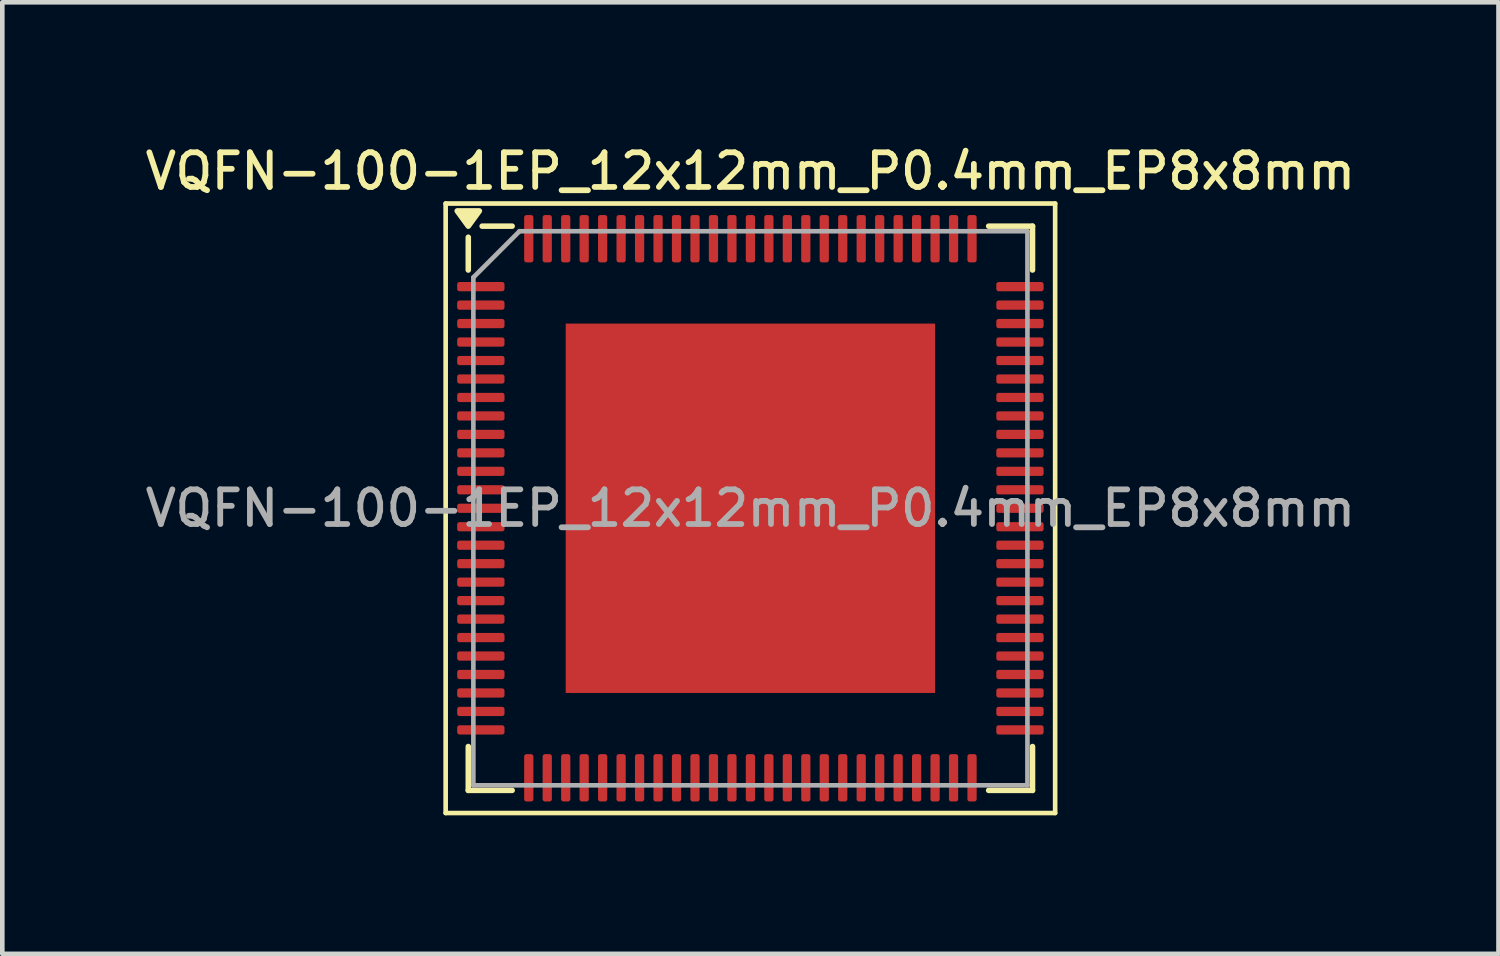
<source format=kicad_pcb>
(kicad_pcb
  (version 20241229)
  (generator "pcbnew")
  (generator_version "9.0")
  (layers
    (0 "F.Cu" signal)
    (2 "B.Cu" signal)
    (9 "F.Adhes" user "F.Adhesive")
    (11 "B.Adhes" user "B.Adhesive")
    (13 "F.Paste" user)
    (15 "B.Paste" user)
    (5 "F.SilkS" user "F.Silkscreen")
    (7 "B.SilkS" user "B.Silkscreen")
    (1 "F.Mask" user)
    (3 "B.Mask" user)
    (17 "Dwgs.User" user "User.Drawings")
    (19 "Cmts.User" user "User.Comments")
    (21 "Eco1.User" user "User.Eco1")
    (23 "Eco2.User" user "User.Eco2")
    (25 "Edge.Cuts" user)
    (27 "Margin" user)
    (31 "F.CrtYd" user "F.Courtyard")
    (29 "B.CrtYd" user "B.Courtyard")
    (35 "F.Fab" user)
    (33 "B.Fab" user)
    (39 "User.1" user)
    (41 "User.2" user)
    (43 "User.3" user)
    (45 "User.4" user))
  (footprint "VQFN-100-1EP_12x12mm_P0.4mm_EP8x8mm"
    (layer "F.Cu")
    (at 13.202 7.958)
    (property "Reference" "VQFN-100-1EP_12x12mm_P0.4mm_EP8x8mm" (at 0 -7.3 0) (layer "F.SilkS") (effects (font (size 0.75 0.75) (thickness 0.125))))
    (attr smd)
    (fp_line (start -6.6 -6.6) (end -6.6 6.6) (stroke (width 0.1) (type solid)) (layer "F.SilkS"))
    (fp_line (start -6.6 6.6) (end 6.6 6.6) (stroke (width 0.1) (type solid)) (layer "F.SilkS"))
    (fp_line (start -6.11 -5.16) (end -6.11 -5.87) (stroke (width 0.12) (type solid)) (layer "F.SilkS"))
    (fp_line (start -6.11 6.11) (end -6.11 5.16) (stroke (width 0.12) (type solid)) (layer "F.SilkS"))
    (fp_line (start -5.16 -6.11) (end -5.81 -6.11) (stroke (width 0.12) (type solid)) (layer "F.SilkS"))
    (fp_line (start -5.16 6.11) (end -6.11 6.11) (stroke (width 0.12) (type solid)) (layer "F.SilkS"))
    (fp_line (start 5.16 -6.11) (end 6.11 -6.11) (stroke (width 0.12) (type solid)) (layer "F.SilkS"))
    (fp_line (start 5.16 6.11) (end 6.11 6.11) (stroke (width 0.12) (type solid)) (layer "F.SilkS"))
    (fp_line (start 6.11 -6.11) (end 6.11 -5.16) (stroke (width 0.12) (type solid)) (layer "F.SilkS"))
    (fp_line (start 6.11 6.11) (end 6.11 5.16) (stroke (width 0.12) (type solid)) (layer "F.SilkS"))
    (fp_line (start 6.6 -6.6) (end -6.6 -6.6) (stroke (width 0.1) (type solid)) (layer "F.SilkS"))
    (fp_line (start 6.6 6.6) (end 6.6 -6.6) (stroke (width 0.1) (type solid)) (layer "F.SilkS"))
    (fp_poly (pts (xy -6.11 -6.11) (xy -6.35 -6.44) (xy -5.87 -6.44) (xy -6.11 -6.11)) (stroke (width 0.12) (type solid)) (fill yes) (layer "F.SilkS"))
    (fp_line (start -6 -5) (end -5 -6) (stroke (width 0.1) (type solid)) (layer "F.Fab"))
    (fp_line (start -6 6) (end -6 -5) (stroke (width 0.1) (type solid)) (layer "F.Fab"))
    (fp_line (start -5 -6) (end 6 -6) (stroke (width 0.1) (type solid)) (layer "F.Fab"))
    (fp_line (start 6 -6) (end 6 6) (stroke (width 0.1) (type solid)) (layer "F.Fab"))
    (fp_line (start 6 6) (end -6 6) (stroke (width 0.1) (type solid)) (layer "F.Fab"))
    (fp_text user "${REFERENCE}" (at 0 0 0) (layer "F.Fab") (effects (font (size 0.75 0.75) (thickness 0.125))))
    (pad "" smd roundrect (at -3 -3) (size 1.61 1.61) (layers "F.Paste") (roundrect_rratio 0.155))
    (pad "" smd roundrect (at -3 -1) (size 1.61 1.61) (layers "F.Paste") (roundrect_rratio 0.155))
    (pad "" smd roundrect (at -3 1) (size 1.61 1.61) (layers "F.Paste") (roundrect_rratio 0.155))
    (pad "" smd roundrect (at -3 3) (size 1.61 1.61) (layers "F.Paste") (roundrect_rratio 0.155))
    (pad "" smd roundrect (at -1 -3) (size 1.61 1.61) (layers "F.Paste") (roundrect_rratio 0.155))
    (pad "" smd roundrect (at -1 -1) (size 1.61 1.61) (layers "F.Paste") (roundrect_rratio 0.155))
    (pad "" smd roundrect (at -1 1) (size 1.61 1.61) (layers "F.Paste") (roundrect_rratio 0.155))
    (pad "" smd roundrect (at -1 3) (size 1.61 1.61) (layers "F.Paste") (roundrect_rratio 0.155))
    (pad "" smd roundrect (at 1 -3) (size 1.61 1.61) (layers "F.Paste") (roundrect_rratio 0.155))
    (pad "" smd roundrect (at 1 -1) (size 1.61 1.61) (layers "F.Paste") (roundrect_rratio 0.155))
    (pad "" smd roundrect (at 1 1) (size 1.61 1.61) (layers "F.Paste") (roundrect_rratio 0.155))
    (pad "" smd roundrect (at 1 3) (size 1.61 1.61) (layers "F.Paste") (roundrect_rratio 0.155))
    (pad "" smd roundrect (at 3 -3) (size 1.61 1.61) (layers "F.Paste") (roundrect_rratio 0.155))
    (pad "" smd roundrect (at 3 -1) (size 1.61 1.61) (layers "F.Paste") (roundrect_rratio 0.155))
    (pad "" smd roundrect (at 3 1) (size 1.61 1.61) (layers "F.Paste") (roundrect_rratio 0.155))
    (pad "" smd roundrect (at 3 3) (size 1.61 1.61) (layers "F.Paste") (roundrect_rratio 0.155))
    (pad "1" smd roundrect (at -5.838 -4.8) (size 1.025 0.2) (layers "F.Cu" "F.Mask" "F.Paste") (roundrect_rratio 0.25))
    (pad "2" smd roundrect (at -5.838 -4.4) (size 1.025 0.2) (layers "F.Cu" "F.Mask" "F.Paste") (roundrect_rratio 0.25))
    (pad "3" smd roundrect (at -5.838 -4) (size 1.025 0.2) (layers "F.Cu" "F.Mask" "F.Paste") (roundrect_rratio 0.25))
    (pad "4" smd roundrect (at -5.838 -3.6) (size 1.025 0.2) (layers "F.Cu" "F.Mask" "F.Paste") (roundrect_rratio 0.25))
    (pad "5" smd roundrect (at -5.838 -3.2) (size 1.025 0.2) (layers "F.Cu" "F.Mask" "F.Paste") (roundrect_rratio 0.25))
    (pad "6" smd roundrect (at -5.838 -2.8) (size 1.025 0.2) (layers "F.Cu" "F.Mask" "F.Paste") (roundrect_rratio 0.25))
    (pad "7" smd roundrect (at -5.838 -2.4) (size 1.025 0.2) (layers "F.Cu" "F.Mask" "F.Paste") (roundrect_rratio 0.25))
    (pad "8" smd roundrect (at -5.838 -2) (size 1.025 0.2) (layers "F.Cu" "F.Mask" "F.Paste") (roundrect_rratio 0.25))
    (pad "9" smd roundrect (at -5.838 -1.6) (size 1.025 0.2) (layers "F.Cu" "F.Mask" "F.Paste") (roundrect_rratio 0.25))
    (pad "10" smd roundrect (at -5.838 -1.2) (size 1.025 0.2) (layers "F.Cu" "F.Mask" "F.Paste") (roundrect_rratio 0.25))
    (pad "11" smd roundrect (at -5.838 -0.8) (size 1.025 0.2) (layers "F.Cu" "F.Mask" "F.Paste") (roundrect_rratio 0.25))
    (pad "12" smd roundrect (at -5.838 -0.4) (size 1.025 0.2) (layers "F.Cu" "F.Mask" "F.Paste") (roundrect_rratio 0.25))
    (pad "13" smd roundrect (at -5.838 0) (size 1.025 0.2) (layers "F.Cu" "F.Mask" "F.Paste") (roundrect_rratio 0.25))
    (pad "14" smd roundrect (at -5.838 0.4) (size 1.025 0.2) (layers "F.Cu" "F.Mask" "F.Paste") (roundrect_rratio 0.25))
    (pad "15" smd roundrect (at -5.838 0.8) (size 1.025 0.2) (layers "F.Cu" "F.Mask" "F.Paste") (roundrect_rratio 0.25))
    (pad "16" smd roundrect (at -5.838 1.2) (size 1.025 0.2) (layers "F.Cu" "F.Mask" "F.Paste") (roundrect_rratio 0.25))
    (pad "17" smd roundrect (at -5.838 1.6) (size 1.025 0.2) (layers "F.Cu" "F.Mask" "F.Paste") (roundrect_rratio 0.25))
    (pad "18" smd roundrect (at -5.838 2) (size 1.025 0.2) (layers "F.Cu" "F.Mask" "F.Paste") (roundrect_rratio 0.25))
    (pad "19" smd roundrect (at -5.838 2.4) (size 1.025 0.2) (layers "F.Cu" "F.Mask" "F.Paste") (roundrect_rratio 0.25))
    (pad "20" smd roundrect (at -5.838 2.8) (size 1.025 0.2) (layers "F.Cu" "F.Mask" "F.Paste") (roundrect_rratio 0.25))
    (pad "21" smd roundrect (at -5.838 3.2) (size 1.025 0.2) (layers "F.Cu" "F.Mask" "F.Paste") (roundrect_rratio 0.25))
    (pad "22" smd roundrect (at -5.838 3.6) (size 1.025 0.2) (layers "F.Cu" "F.Mask" "F.Paste") (roundrect_rratio 0.25))
    (pad "23" smd roundrect (at -5.838 4) (size 1.025 0.2) (layers "F.Cu" "F.Mask" "F.Paste") (roundrect_rratio 0.25))
    (pad "24" smd roundrect (at -5.838 4.4) (size 1.025 0.2) (layers "F.Cu" "F.Mask" "F.Paste") (roundrect_rratio 0.25))
    (pad "25" smd roundrect (at -5.838 4.8) (size 1.025 0.2) (layers "F.Cu" "F.Mask" "F.Paste") (roundrect_rratio 0.25))
    (pad "26" smd roundrect (at -4.8 5.838) (size 0.2 1.025) (layers "F.Cu" "F.Mask" "F.Paste") (roundrect_rratio 0.25))
    (pad "27" smd roundrect (at -4.4 5.838) (size 0.2 1.025) (layers "F.Cu" "F.Mask" "F.Paste") (roundrect_rratio 0.25))
    (pad "28" smd roundrect (at -4 5.838) (size 0.2 1.025) (layers "F.Cu" "F.Mask" "F.Paste") (roundrect_rratio 0.25))
    (pad "29" smd roundrect (at -3.6 5.838) (size 0.2 1.025) (layers "F.Cu" "F.Mask" "F.Paste") (roundrect_rratio 0.25))
    (pad "30" smd roundrect (at -3.2 5.838) (size 0.2 1.025) (layers "F.Cu" "F.Mask" "F.Paste") (roundrect_rratio 0.25))
    (pad "31" smd roundrect (at -2.8 5.838) (size 0.2 1.025) (layers "F.Cu" "F.Mask" "F.Paste") (roundrect_rratio 0.25))
    (pad "32" smd roundrect (at -2.4 5.838) (size 0.2 1.025) (layers "F.Cu" "F.Mask" "F.Paste") (roundrect_rratio 0.25))
    (pad "33" smd roundrect (at -2 5.838) (size 0.2 1.025) (layers "F.Cu" "F.Mask" "F.Paste") (roundrect_rratio 0.25))
    (pad "34" smd roundrect (at -1.6 5.838) (size 0.2 1.025) (layers "F.Cu" "F.Mask" "F.Paste") (roundrect_rratio 0.25))
    (pad "35" smd roundrect (at -1.2 5.838) (size 0.2 1.025) (layers "F.Cu" "F.Mask" "F.Paste") (roundrect_rratio 0.25))
    (pad "36" smd roundrect (at -0.8 5.838) (size 0.2 1.025) (layers "F.Cu" "F.Mask" "F.Paste") (roundrect_rratio 0.25))
    (pad "37" smd roundrect (at -0.4 5.838) (size 0.2 1.025) (layers "F.Cu" "F.Mask" "F.Paste") (roundrect_rratio 0.25))
    (pad "38" smd roundrect (at 0 5.838) (size 0.2 1.025) (layers "F.Cu" "F.Mask" "F.Paste") (roundrect_rratio 0.25))
    (pad "39" smd roundrect (at 0.4 5.838) (size 0.2 1.025) (layers "F.Cu" "F.Mask" "F.Paste") (roundrect_rratio 0.25))
    (pad "40" smd roundrect (at 0.8 5.838) (size 0.2 1.025) (layers "F.Cu" "F.Mask" "F.Paste") (roundrect_rratio 0.25))
    (pad "41" smd roundrect (at 1.2 5.838) (size 0.2 1.025) (layers "F.Cu" "F.Mask" "F.Paste") (roundrect_rratio 0.25))
    (pad "42" smd roundrect (at 1.6 5.838) (size 0.2 1.025) (layers "F.Cu" "F.Mask" "F.Paste") (roundrect_rratio 0.25))
    (pad "43" smd roundrect (at 2 5.838) (size 0.2 1.025) (layers "F.Cu" "F.Mask" "F.Paste") (roundrect_rratio 0.25))
    (pad "44" smd roundrect (at 2.4 5.838) (size 0.2 1.025) (layers "F.Cu" "F.Mask" "F.Paste") (roundrect_rratio 0.25))
    (pad "45" smd roundrect (at 2.8 5.838) (size 0.2 1.025) (layers "F.Cu" "F.Mask" "F.Paste") (roundrect_rratio 0.25))
    (pad "46" smd roundrect (at 3.2 5.838) (size 0.2 1.025) (layers "F.Cu" "F.Mask" "F.Paste") (roundrect_rratio 0.25))
    (pad "47" smd roundrect (at 3.6 5.838) (size 0.2 1.025) (layers "F.Cu" "F.Mask" "F.Paste") (roundrect_rratio 0.25))
    (pad "48" smd roundrect (at 4 5.838) (size 0.2 1.025) (layers "F.Cu" "F.Mask" "F.Paste") (roundrect_rratio 0.25))
    (pad "49" smd roundrect (at 4.4 5.838) (size 0.2 1.025) (layers "F.Cu" "F.Mask" "F.Paste") (roundrect_rratio 0.25))
    (pad "50" smd roundrect (at 4.8 5.838) (size 0.2 1.025) (layers "F.Cu" "F.Mask" "F.Paste") (roundrect_rratio 0.25))
    (pad "51" smd roundrect (at 5.838 4.8) (size 1.025 0.2) (layers "F.Cu" "F.Mask" "F.Paste") (roundrect_rratio 0.25))
    (pad "52" smd roundrect (at 5.838 4.4) (size 1.025 0.2) (layers "F.Cu" "F.Mask" "F.Paste") (roundrect_rratio 0.25))
    (pad "53" smd roundrect (at 5.838 4) (size 1.025 0.2) (layers "F.Cu" "F.Mask" "F.Paste") (roundrect_rratio 0.25))
    (pad "54" smd roundrect (at 5.838 3.6) (size 1.025 0.2) (layers "F.Cu" "F.Mask" "F.Paste") (roundrect_rratio 0.25))
    (pad "55" smd roundrect (at 5.838 3.2) (size 1.025 0.2) (layers "F.Cu" "F.Mask" "F.Paste") (roundrect_rratio 0.25))
    (pad "56" smd roundrect (at 5.838 2.8) (size 1.025 0.2) (layers "F.Cu" "F.Mask" "F.Paste") (roundrect_rratio 0.25))
    (pad "57" smd roundrect (at 5.838 2.4) (size 1.025 0.2) (layers "F.Cu" "F.Mask" "F.Paste") (roundrect_rratio 0.25))
    (pad "58" smd roundrect (at 5.838 2) (size 1.025 0.2) (layers "F.Cu" "F.Mask" "F.Paste") (roundrect_rratio 0.25))
    (pad "59" smd roundrect (at 5.838 1.6) (size 1.025 0.2) (layers "F.Cu" "F.Mask" "F.Paste") (roundrect_rratio 0.25))
    (pad "60" smd roundrect (at 5.838 1.2) (size 1.025 0.2) (layers "F.Cu" "F.Mask" "F.Paste") (roundrect_rratio 0.25))
    (pad "61" smd roundrect (at 5.838 0.8) (size 1.025 0.2) (layers "F.Cu" "F.Mask" "F.Paste") (roundrect_rratio 0.25))
    (pad "62" smd roundrect (at 5.838 0.4) (size 1.025 0.2) (layers "F.Cu" "F.Mask" "F.Paste") (roundrect_rratio 0.25))
    (pad "63" smd roundrect (at 5.838 0) (size 1.025 0.2) (layers "F.Cu" "F.Mask" "F.Paste") (roundrect_rratio 0.25))
    (pad "64" smd roundrect (at 5.838 -0.4) (size 1.025 0.2) (layers "F.Cu" "F.Mask" "F.Paste") (roundrect_rratio 0.25))
    (pad "65" smd roundrect (at 5.838 -0.8) (size 1.025 0.2) (layers "F.Cu" "F.Mask" "F.Paste") (roundrect_rratio 0.25))
    (pad "66" smd roundrect (at 5.838 -1.2) (size 1.025 0.2) (layers "F.Cu" "F.Mask" "F.Paste") (roundrect_rratio 0.25))
    (pad "67" smd roundrect (at 5.838 -1.6) (size 1.025 0.2) (layers "F.Cu" "F.Mask" "F.Paste") (roundrect_rratio 0.25))
    (pad "68" smd roundrect (at 5.838 -2) (size 1.025 0.2) (layers "F.Cu" "F.Mask" "F.Paste") (roundrect_rratio 0.25))
    (pad "69" smd roundrect (at 5.838 -2.4) (size 1.025 0.2) (layers "F.Cu" "F.Mask" "F.Paste") (roundrect_rratio 0.25))
    (pad "70" smd roundrect (at 5.838 -2.8) (size 1.025 0.2) (layers "F.Cu" "F.Mask" "F.Paste") (roundrect_rratio 0.25))
    (pad "71" smd roundrect (at 5.838 -3.2) (size 1.025 0.2) (layers "F.Cu" "F.Mask" "F.Paste") (roundrect_rratio 0.25))
    (pad "72" smd roundrect (at 5.838 -3.6) (size 1.025 0.2) (layers "F.Cu" "F.Mask" "F.Paste") (roundrect_rratio 0.25))
    (pad "73" smd roundrect (at 5.838 -4) (size 1.025 0.2) (layers "F.Cu" "F.Mask" "F.Paste") (roundrect_rratio 0.25))
    (pad "74" smd roundrect (at 5.838 -4.4) (size 1.025 0.2) (layers "F.Cu" "F.Mask" "F.Paste") (roundrect_rratio 0.25))
    (pad "75" smd roundrect (at 5.838 -4.8) (size 1.025 0.2) (layers "F.Cu" "F.Mask" "F.Paste") (roundrect_rratio 0.25))
    (pad "76" smd roundrect (at 4.8 -5.838) (size 0.2 1.025) (layers "F.Cu" "F.Mask" "F.Paste") (roundrect_rratio 0.25))
    (pad "77" smd roundrect (at 4.4 -5.838) (size 0.2 1.025) (layers "F.Cu" "F.Mask" "F.Paste") (roundrect_rratio 0.25))
    (pad "78" smd roundrect (at 4 -5.838) (size 0.2 1.025) (layers "F.Cu" "F.Mask" "F.Paste") (roundrect_rratio 0.25))
    (pad "79" smd roundrect (at 3.6 -5.838) (size 0.2 1.025) (layers "F.Cu" "F.Mask" "F.Paste") (roundrect_rratio 0.25))
    (pad "80" smd roundrect (at 3.2 -5.838) (size 0.2 1.025) (layers "F.Cu" "F.Mask" "F.Paste") (roundrect_rratio 0.25))
    (pad "81" smd roundrect (at 2.8 -5.838) (size 0.2 1.025) (layers "F.Cu" "F.Mask" "F.Paste") (roundrect_rratio 0.25))
    (pad "82" smd roundrect (at 2.4 -5.838) (size 0.2 1.025) (layers "F.Cu" "F.Mask" "F.Paste") (roundrect_rratio 0.25))
    (pad "83" smd roundrect (at 2 -5.838) (size 0.2 1.025) (layers "F.Cu" "F.Mask" "F.Paste") (roundrect_rratio 0.25))
    (pad "84" smd roundrect (at 1.6 -5.838) (size 0.2 1.025) (layers "F.Cu" "F.Mask" "F.Paste") (roundrect_rratio 0.25))
    (pad "85" smd roundrect (at 1.2 -5.838) (size 0.2 1.025) (layers "F.Cu" "F.Mask" "F.Paste") (roundrect_rratio 0.25))
    (pad "86" smd roundrect (at 0.8 -5.838) (size 0.2 1.025) (layers "F.Cu" "F.Mask" "F.Paste") (roundrect_rratio 0.25))
    (pad "87" smd roundrect (at 0.4 -5.838) (size 0.2 1.025) (layers "F.Cu" "F.Mask" "F.Paste") (roundrect_rratio 0.25))
    (pad "88" smd roundrect (at 0 -5.838) (size 0.2 1.025) (layers "F.Cu" "F.Mask" "F.Paste") (roundrect_rratio 0.25))
    (pad "89" smd roundrect (at -0.4 -5.838) (size 0.2 1.025) (layers "F.Cu" "F.Mask" "F.Paste") (roundrect_rratio 0.25))
    (pad "90" smd roundrect (at -0.8 -5.838) (size 0.2 1.025) (layers "F.Cu" "F.Mask" "F.Paste") (roundrect_rratio 0.25))
    (pad "91" smd roundrect (at -1.2 -5.838) (size 0.2 1.025) (layers "F.Cu" "F.Mask" "F.Paste") (roundrect_rratio 0.25))
    (pad "92" smd roundrect (at -1.6 -5.838) (size 0.2 1.025) (layers "F.Cu" "F.Mask" "F.Paste") (roundrect_rratio 0.25))
    (pad "93" smd roundrect (at -2 -5.838) (size 0.2 1.025) (layers "F.Cu" "F.Mask" "F.Paste") (roundrect_rratio 0.25))
    (pad "94" smd roundrect (at -2.4 -5.838) (size 0.2 1.025) (layers "F.Cu" "F.Mask" "F.Paste") (roundrect_rratio 0.25))
    (pad "95" smd roundrect (at -2.8 -5.838) (size 0.2 1.025) (layers "F.Cu" "F.Mask" "F.Paste") (roundrect_rratio 0.25))
    (pad "96" smd roundrect (at -3.2 -5.838) (size 0.2 1.025) (layers "F.Cu" "F.Mask" "F.Paste") (roundrect_rratio 0.25))
    (pad "97" smd roundrect (at -3.6 -5.838) (size 0.2 1.025) (layers "F.Cu" "F.Mask" "F.Paste") (roundrect_rratio 0.25))
    (pad "98" smd roundrect (at -4 -5.838) (size 0.2 1.025) (layers "F.Cu" "F.Mask" "F.Paste") (roundrect_rratio 0.25))
    (pad "99" smd roundrect (at -4.4 -5.838) (size 0.2 1.025) (layers "F.Cu" "F.Mask" "F.Paste") (roundrect_rratio 0.25))
    (pad "100" smd roundrect (at -4.8 -5.838) (size 0.2 1.025) (layers "F.Cu" "F.Mask" "F.Paste") (roundrect_rratio 0.25))
    (pad "101" smd rect (at 0 0) (size 8 8) (property pad_prop_heatsink) (layers "F.Cu" "F.Mask")))
  (gr_rect
    (start -3 -3)
    (end 29.404 17.608)
    (stroke (width 0.1) (type default))
    (fill no)
    (layer "Edge.Cuts")))
</source>
